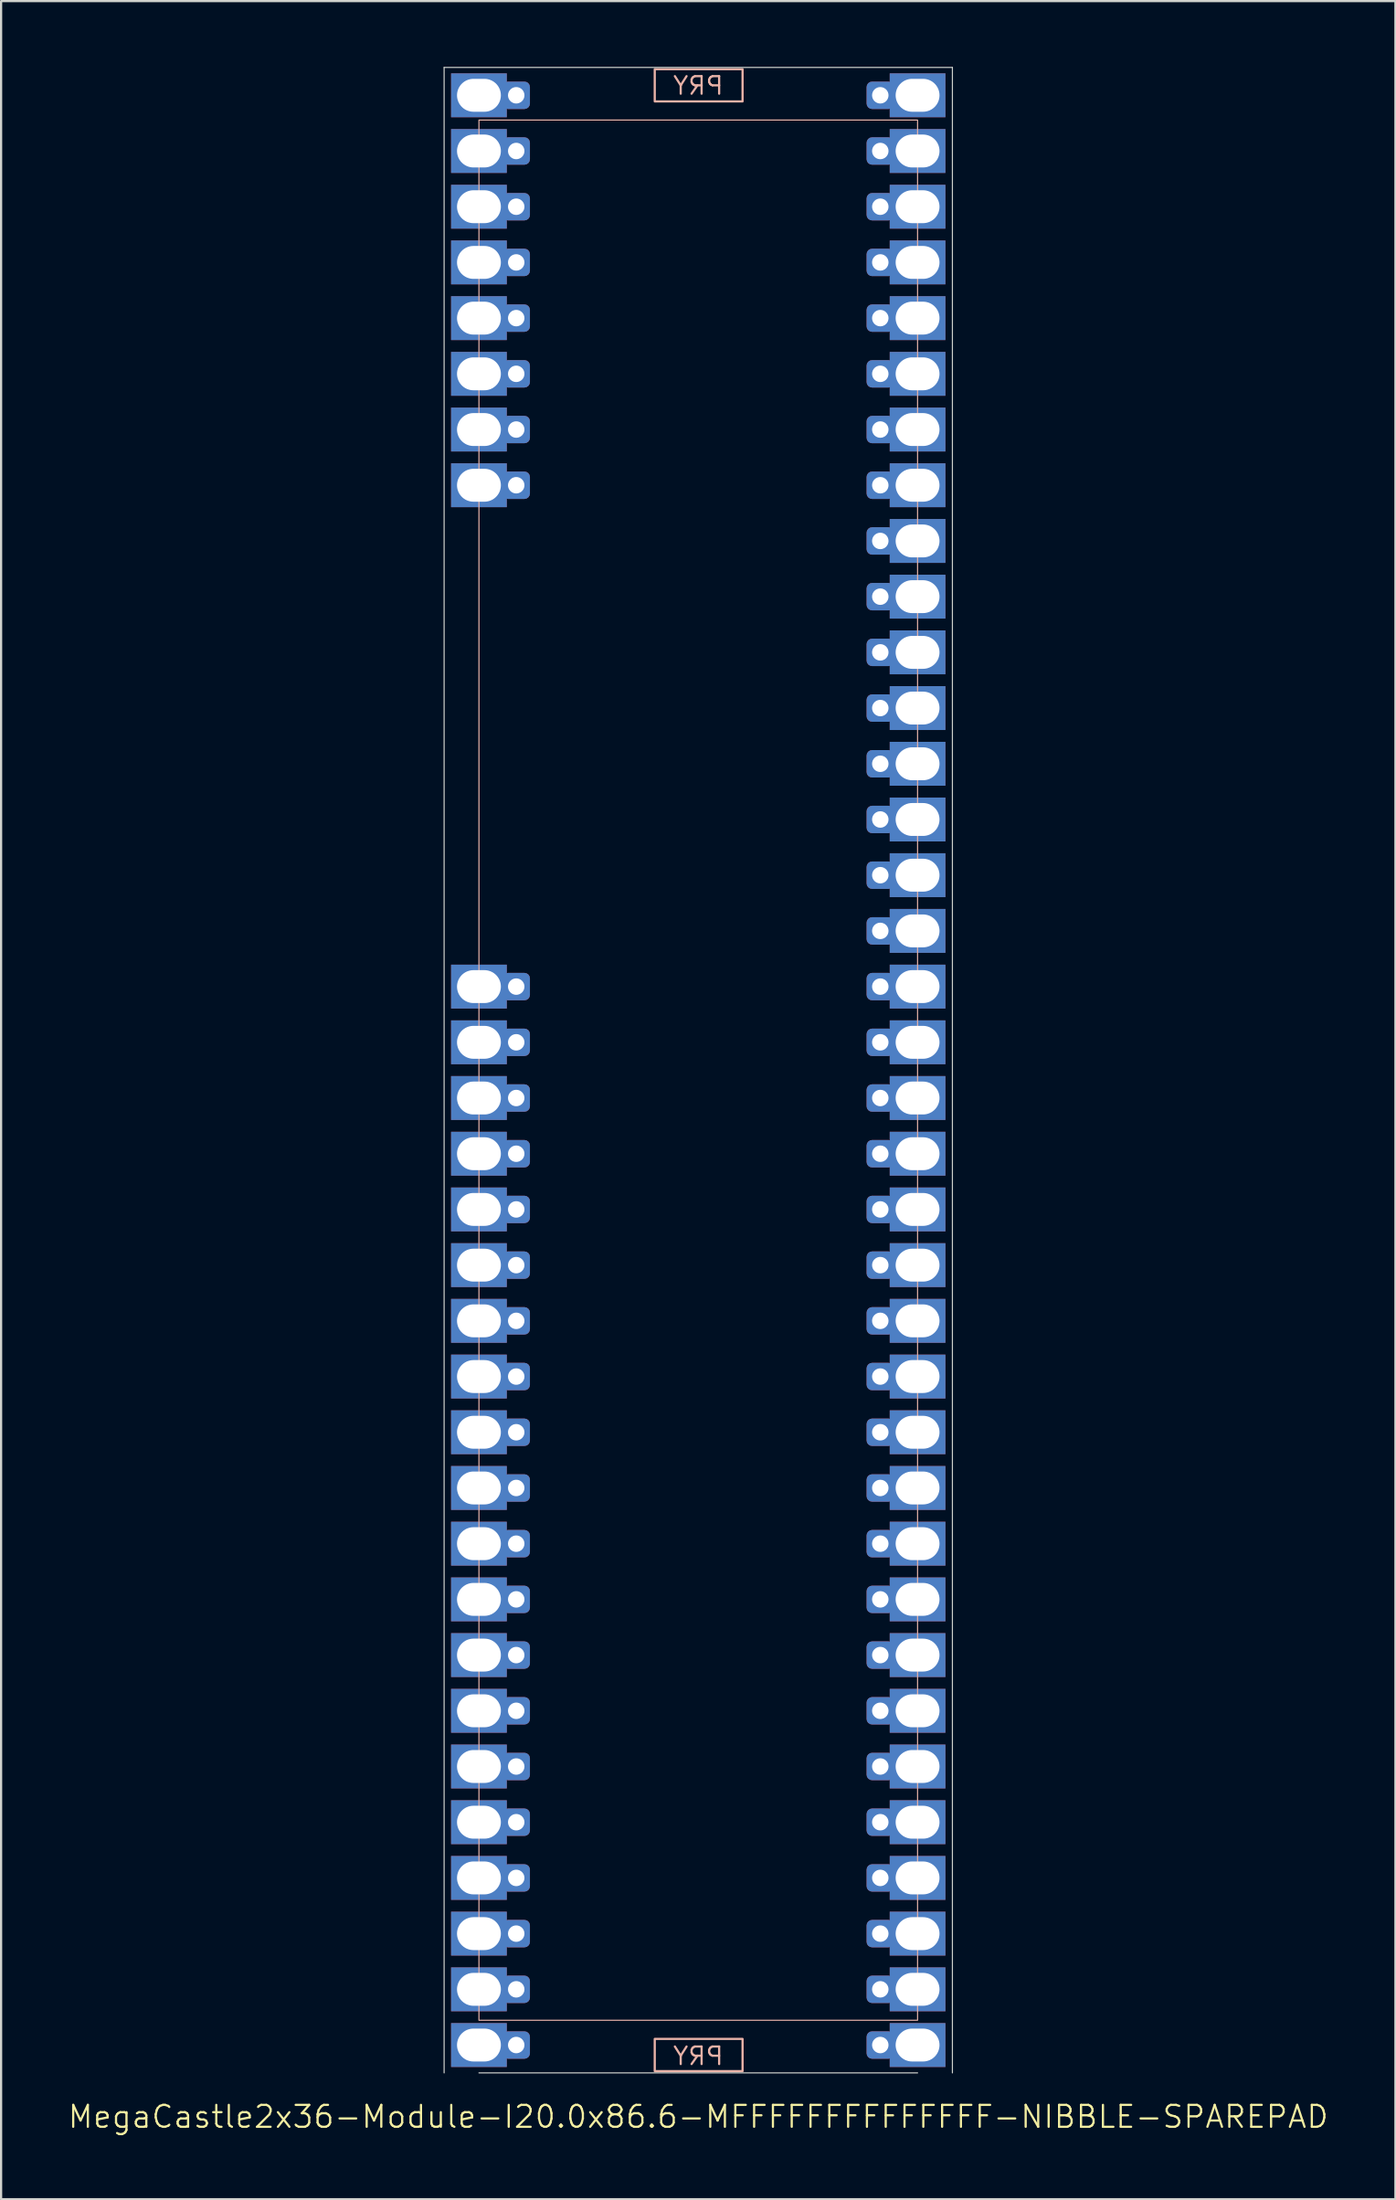
<source format=kicad_pcb>
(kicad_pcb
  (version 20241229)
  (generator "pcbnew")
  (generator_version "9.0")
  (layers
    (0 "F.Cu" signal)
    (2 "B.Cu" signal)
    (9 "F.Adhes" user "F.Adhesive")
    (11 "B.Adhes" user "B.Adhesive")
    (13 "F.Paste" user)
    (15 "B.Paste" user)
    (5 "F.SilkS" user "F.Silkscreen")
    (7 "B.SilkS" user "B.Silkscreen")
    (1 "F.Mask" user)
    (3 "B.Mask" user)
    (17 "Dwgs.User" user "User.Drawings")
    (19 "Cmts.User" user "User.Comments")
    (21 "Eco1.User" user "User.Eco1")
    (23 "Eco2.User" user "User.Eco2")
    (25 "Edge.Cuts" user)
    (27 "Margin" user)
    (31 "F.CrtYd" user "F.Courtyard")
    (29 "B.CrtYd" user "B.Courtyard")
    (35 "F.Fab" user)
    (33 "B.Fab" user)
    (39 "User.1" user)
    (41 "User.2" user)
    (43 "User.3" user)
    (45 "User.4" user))
  (footprint "MegaCastle2x36-Module-I20.0x86.6-MFFFFFFFFFFFFFF-NIBBLE-SPAREPAD"
    (layer "F.Cu")
    (at 28.788 45.745)
    (property "Reference" "MegaCastle2x36-Module-I20.0x86.6-MFFFFFFFFFFFFFF-NIBBLE-SPAREPAD" (at 0 47.72 0) (unlocked yes) (layer "F.SilkS") (effects (font (size 1 1) (thickness 0.1))))
    (attr smd)
    (fp_rect (start -10 43.32) (end 10 -43.32) (stroke (width 0.05) (type default)) (fill no) (layer "B.SilkS"))
    (fp_rect (start -1.984 -44.171) (end 2.02 -45.64) (stroke (width 0.1) (type default)) (fill no) (layer "B.SilkS"))
    (fp_rect (start -1.984 44.171) (end 2.02 45.64) (stroke (width 0.1) (type default)) (fill no) (layer "B.SilkS"))
    (fp_line (start -11.588 -45.72) (end -11.588 45.72) (stroke (width 0.05) (type default)) (layer "Edge.Cuts"))
    (fp_line (start -11.588 -45.72) (end 11.588 -45.72) (stroke (width 0.05) (type default)) (layer "Edge.Cuts"))
    (fp_line (start -10 45.72) (end 10 45.72) (stroke (width 0.05) (type default)) (layer "Edge.Cuts"))
    (fp_line (start 11.588 -45.72) (end 11.588 45.72) (stroke (width 0.05) (type default)) (layer "Edge.Cuts"))
    (fp_text user "PRY" (at 0 45.42 0) (unlocked yes) (layer "B.SilkS") (effects (font (size 0.8 0.8) (thickness 0.1)) (justify bottom mirror)))
    (fp_text user "PRY" (at 0 -44.42 0) (unlocked yes) (layer "B.SilkS") (effects (font (size 0.8 0.8) (thickness 0.1)) (justify bottom mirror)))
    (pad "1" thru_hole rect (at -10 -44.45) (size 2.54 2) (drill oval 2 1.5) (property pad_prop_castellated) (layers "*.Cu" "*.Mask"))
    (pad "1" thru_hole roundrect (at -8.3 -44.45 180) (size 1.25 1.25) (drill 0.75) (layers "*.Cu" "*.Mask") (roundrect_rratio 0.2))
    (pad "2" thru_hole rect (at -10 -41.91) (size 2.54 2) (drill oval 2 1.5) (property pad_prop_castellated) (layers "*.Cu" "*.Mask"))
    (pad "2" thru_hole roundrect (at -8.3 -41.91 180) (size 1.25 1.25) (drill 0.75) (layers "*.Cu" "*.Mask") (roundrect_rratio 0.2))
    (pad "3" thru_hole rect (at -10 -39.37) (size 2.54 2) (drill oval 2 1.5) (property pad_prop_castellated) (layers "*.Cu" "*.Mask"))
    (pad "3" thru_hole roundrect (at -8.3 -39.37 180) (size 1.25 1.25) (drill 0.75) (layers "*.Cu" "*.Mask") (roundrect_rratio 0.2))
    (pad "4" thru_hole rect (at -10 -36.83) (size 2.54 2) (drill oval 2 1.5) (property pad_prop_castellated) (layers "*.Cu" "*.Mask"))
    (pad "4" thru_hole roundrect (at -8.3 -36.83 180) (size 1.25 1.25) (drill 0.75) (layers "*.Cu" "*.Mask") (roundrect_rratio 0.2))
    (pad "5" thru_hole rect (at -10 -34.29) (size 2.54 2) (drill oval 2 1.5) (property pad_prop_castellated) (layers "*.Cu" "*.Mask"))
    (pad "5" thru_hole roundrect (at -8.3 -34.29 180) (size 1.25 1.25) (drill 0.75) (layers "*.Cu" "*.Mask") (roundrect_rratio 0.2))
    (pad "6" thru_hole rect (at -10 -31.75) (size 2.54 2) (drill oval 2 1.5) (property pad_prop_castellated) (layers "*.Cu" "*.Mask"))
    (pad "6" thru_hole roundrect (at -8.3 -31.75 180) (size 1.25 1.25) (drill 0.75) (layers "*.Cu" "*.Mask") (roundrect_rratio 0.2))
    (pad "7" thru_hole rect (at -10 -29.21) (size 2.54 2) (drill oval 2 1.5) (property pad_prop_castellated) (layers "*.Cu" "*.Mask"))
    (pad "7" thru_hole roundrect (at -8.3 -29.21 180) (size 1.25 1.25) (drill 0.75) (layers "*.Cu" "*.Mask") (roundrect_rratio 0.2))
    (pad "8" thru_hole rect (at -10 -26.67) (size 2.54 2) (drill oval 2 1.5) (property pad_prop_castellated) (layers "*.Cu" "*.Mask"))
    (pad "8" thru_hole roundrect (at -8.3 -26.67 180) (size 1.25 1.25) (drill 0.75) (layers "*.Cu" "*.Mask") (roundrect_rratio 0.2))
    (pad "17" thru_hole rect (at -10 -3.81) (size 2.54 2) (drill oval 2 1.5) (property pad_prop_castellated) (layers "*.Cu" "*.Mask"))
    (pad "17" thru_hole roundrect (at -8.3 -3.81 180) (size 1.25 1.25) (drill 0.75) (layers "*.Cu" "*.Mask") (roundrect_rratio 0.2))
    (pad "18" thru_hole rect (at -10 -1.27) (size 2.54 2) (drill oval 2 1.5) (property pad_prop_castellated) (layers "*.Cu" "*.Mask"))
    (pad "18" thru_hole roundrect (at -8.3 -1.27 180) (size 1.25 1.25) (drill 0.75) (layers "*.Cu" "*.Mask") (roundrect_rratio 0.2))
    (pad "19" thru_hole rect (at -10 1.27) (size 2.54 2) (drill oval 2 1.5) (property pad_prop_castellated) (layers "*.Cu" "*.Mask"))
    (pad "19" thru_hole roundrect (at -8.3 1.27 180) (size 1.25 1.25) (drill 0.75) (layers "*.Cu" "*.Mask") (roundrect_rratio 0.2))
    (pad "20" thru_hole rect (at -10 3.81) (size 2.54 2) (drill oval 2 1.5) (property pad_prop_castellated) (layers "*.Cu" "*.Mask"))
    (pad "20" thru_hole roundrect (at -8.3 3.81 180) (size 1.25 1.25) (drill 0.75) (layers "*.Cu" "*.Mask") (roundrect_rratio 0.2))
    (pad "21" thru_hole rect (at -10 6.35) (size 2.54 2) (drill oval 2 1.5) (property pad_prop_castellated) (layers "*.Cu" "*.Mask"))
    (pad "21" thru_hole roundrect (at -8.3 6.35 180) (size 1.25 1.25) (drill 0.75) (layers "*.Cu" "*.Mask") (roundrect_rratio 0.2))
    (pad "22" thru_hole rect (at -10 8.89) (size 2.54 2) (drill oval 2 1.5) (property pad_prop_castellated) (layers "*.Cu" "*.Mask"))
    (pad "22" thru_hole roundrect (at -8.3 8.89 180) (size 1.25 1.25) (drill 0.75) (layers "*.Cu" "*.Mask") (roundrect_rratio 0.2))
    (pad "23" thru_hole rect (at -10 11.43) (size 2.54 2) (drill oval 2 1.5) (property pad_prop_castellated) (layers "*.Cu" "*.Mask"))
    (pad "23" thru_hole roundrect (at -8.3 11.43 180) (size 1.25 1.25) (drill 0.75) (layers "*.Cu" "*.Mask") (roundrect_rratio 0.2))
    (pad "24" thru_hole rect (at -10 13.97) (size 2.54 2) (drill oval 2 1.5) (property pad_prop_castellated) (layers "*.Cu" "*.Mask"))
    (pad "24" thru_hole roundrect (at -8.3 13.97 180) (size 1.25 1.25) (drill 0.75) (layers "*.Cu" "*.Mask") (roundrect_rratio 0.2))
    (pad "25" thru_hole rect (at -10 16.51) (size 2.54 2) (drill oval 2 1.5) (property pad_prop_castellated) (layers "*.Cu" "*.Mask"))
    (pad "25" thru_hole roundrect (at -8.3 16.51 180) (size 1.25 1.25) (drill 0.75) (layers "*.Cu" "*.Mask") (roundrect_rratio 0.2))
    (pad "26" thru_hole rect (at -10 19.05) (size 2.54 2) (drill oval 2 1.5) (property pad_prop_castellated) (layers "*.Cu" "*.Mask"))
    (pad "26" thru_hole roundrect (at -8.3 19.05 180) (size 1.25 1.25) (drill 0.75) (layers "*.Cu" "*.Mask") (roundrect_rratio 0.2))
    (pad "27" thru_hole rect (at -10 21.59) (size 2.54 2) (drill oval 2 1.5) (property pad_prop_castellated) (layers "*.Cu" "*.Mask"))
    (pad "27" thru_hole roundrect (at -8.3 21.59 180) (size 1.25 1.25) (drill 0.75) (layers "*.Cu" "*.Mask") (roundrect_rratio 0.2))
    (pad "28" thru_hole rect (at -10 24.13) (size 2.54 2) (drill oval 2 1.5) (property pad_prop_castellated) (layers "*.Cu" "*.Mask"))
    (pad "28" thru_hole roundrect (at -8.3 24.13 180) (size 1.25 1.25) (drill 0.75) (layers "*.Cu" "*.Mask") (roundrect_rratio 0.2))
    (pad "29" thru_hole rect (at -10 26.67) (size 2.54 2) (drill oval 2 1.5) (property pad_prop_castellated) (layers "*.Cu" "*.Mask"))
    (pad "29" thru_hole roundrect (at -8.3 26.67 180) (size 1.25 1.25) (drill 0.75) (layers "*.Cu" "*.Mask") (roundrect_rratio 0.2))
    (pad "30" thru_hole rect (at -10 29.21) (size 2.54 2) (drill oval 2 1.5) (property pad_prop_castellated) (layers "*.Cu" "*.Mask"))
    (pad "30" thru_hole roundrect (at -8.3 29.21 180) (size 1.25 1.25) (drill 0.75) (layers "*.Cu" "*.Mask") (roundrect_rratio 0.2))
    (pad "31" thru_hole rect (at -10 31.75) (size 2.54 2) (drill oval 2 1.5) (property pad_prop_castellated) (layers "*.Cu" "*.Mask"))
    (pad "31" thru_hole roundrect (at -8.3 31.75 180) (size 1.25 1.25) (drill 0.75) (layers "*.Cu" "*.Mask") (roundrect_rratio 0.2))
    (pad "32" thru_hole rect (at -10 34.29) (size 2.54 2) (drill oval 2 1.5) (property pad_prop_castellated) (layers "*.Cu" "*.Mask"))
    (pad "32" thru_hole roundrect (at -8.3 34.29 180) (size 1.25 1.25) (drill 0.75) (layers "*.Cu" "*.Mask") (roundrect_rratio 0.2))
    (pad "33" thru_hole rect (at -10 36.83) (size 2.54 2) (drill oval 2 1.5) (property pad_prop_castellated) (layers "*.Cu" "*.Mask"))
    (pad "33" thru_hole roundrect (at -8.3 36.83 180) (size 1.25 1.25) (drill 0.75) (layers "*.Cu" "*.Mask") (roundrect_rratio 0.2))
    (pad "34" thru_hole rect (at -10 39.37) (size 2.54 2) (drill oval 2 1.5) (property pad_prop_castellated) (layers "*.Cu" "*.Mask"))
    (pad "34" thru_hole roundrect (at -8.3 39.37 180) (size 1.25 1.25) (drill 0.75) (layers "*.Cu" "*.Mask") (roundrect_rratio 0.2))
    (pad "35" thru_hole rect (at -10 41.91) (size 2.54 2) (drill oval 2 1.5) (property pad_prop_castellated) (layers "*.Cu" "*.Mask"))
    (pad "35" thru_hole roundrect (at -8.3 41.91 180) (size 1.25 1.25) (drill 0.75) (layers "*.Cu" "*.Mask") (roundrect_rratio 0.2))
    (pad "36" thru_hole rect (at -10 44.45) (size 2.54 2) (drill oval 2 1.5) (property pad_prop_castellated) (layers "*.Cu" "*.Mask"))
    (pad "36" thru_hole roundrect (at -8.3 44.45 180) (size 1.25 1.25) (drill 0.75) (layers "*.Cu" "*.Mask") (roundrect_rratio 0.2))
    (pad "37" thru_hole roundrect (at 8.3 -44.45 180) (size 1.25 1.25) (drill 0.75) (layers "*.Cu" "*.Mask") (roundrect_rratio 0.2))
    (pad "37" thru_hole rect (at 10 -44.45) (size 2.54 2) (drill oval 2 1.5) (property pad_prop_castellated) (layers "*.Cu" "*.Mask"))
    (pad "38" thru_hole roundrect (at 8.3 -41.91 180) (size 1.25 1.25) (drill 0.75) (layers "*.Cu" "*.Mask") (roundrect_rratio 0.2))
    (pad "38" thru_hole rect (at 10 -41.91) (size 2.54 2) (drill oval 2 1.5) (property pad_prop_castellated) (layers "*.Cu" "*.Mask"))
    (pad "39" thru_hole roundrect (at 8.3 -39.37 180) (size 1.25 1.25) (drill 0.75) (layers "*.Cu" "*.Mask") (roundrect_rratio 0.2))
    (pad "39" thru_hole rect (at 10 -39.37) (size 2.54 2) (drill oval 2 1.5) (property pad_prop_castellated) (layers "*.Cu" "*.Mask"))
    (pad "40" thru_hole roundrect (at 8.3 -36.83 180) (size 1.25 1.25) (drill 0.75) (layers "*.Cu" "*.Mask") (roundrect_rratio 0.2))
    (pad "40" thru_hole rect (at 10 -36.83) (size 2.54 2) (drill oval 2 1.5) (property pad_prop_castellated) (layers "*.Cu" "*.Mask"))
    (pad "41" thru_hole roundrect (at 8.3 -34.29 180) (size 1.25 1.25) (drill 0.75) (layers "*.Cu" "*.Mask") (roundrect_rratio 0.2))
    (pad "41" thru_hole rect (at 10 -34.29) (size 2.54 2) (drill oval 2 1.5) (property pad_prop_castellated) (layers "*.Cu" "*.Mask"))
    (pad "42" thru_hole roundrect (at 8.3 -31.75 180) (size 1.25 1.25) (drill 0.75) (layers "*.Cu" "*.Mask") (roundrect_rratio 0.2))
    (pad "42" thru_hole rect (at 10 -31.75) (size 2.54 2) (drill oval 2 1.5) (property pad_prop_castellated) (layers "*.Cu" "*.Mask"))
    (pad "43" thru_hole roundrect (at 8.3 -29.21 180) (size 1.25 1.25) (drill 0.75) (layers "*.Cu" "*.Mask") (roundrect_rratio 0.2))
    (pad "43" thru_hole rect (at 10 -29.21) (size 2.54 2) (drill oval 2 1.5) (property pad_prop_castellated) (layers "*.Cu" "*.Mask"))
    (pad "44" thru_hole roundrect (at 8.3 -26.67 180) (size 1.25 1.25) (drill 0.75) (layers "*.Cu" "*.Mask") (roundrect_rratio 0.2))
    (pad "44" thru_hole rect (at 10 -26.67) (size 2.54 2) (drill oval 2 1.5) (property pad_prop_castellated) (layers "*.Cu" "*.Mask"))
    (pad "45" thru_hole roundrect (at 8.3 -24.13 180) (size 1.25 1.25) (drill 0.75) (layers "*.Cu" "*.Mask") (roundrect_rratio 0.2))
    (pad "45" thru_hole rect (at 10 -24.13) (size 2.54 2) (drill oval 2 1.5) (property pad_prop_castellated) (layers "*.Cu" "*.Mask"))
    (pad "46" thru_hole roundrect (at 8.3 -21.59 180) (size 1.25 1.25) (drill 0.75) (layers "*.Cu" "*.Mask") (roundrect_rratio 0.2))
    (pad "46" thru_hole rect (at 10 -21.59) (size 2.54 2) (drill oval 2 1.5) (property pad_prop_castellated) (layers "*.Cu" "*.Mask"))
    (pad "47" thru_hole roundrect (at 8.3 -19.05 180) (size 1.25 1.25) (drill 0.75) (layers "*.Cu" "*.Mask") (roundrect_rratio 0.2))
    (pad "47" thru_hole rect (at 10 -19.05) (size 2.54 2) (drill oval 2 1.5) (property pad_prop_castellated) (layers "*.Cu" "*.Mask"))
    (pad "48" thru_hole roundrect (at 8.3 -16.51 180) (size 1.25 1.25) (drill 0.75) (layers "*.Cu" "*.Mask") (roundrect_rratio 0.2))
    (pad "48" thru_hole rect (at 10 -16.51) (size 2.54 2) (drill oval 2 1.5) (property pad_prop_castellated) (layers "*.Cu" "*.Mask"))
    (pad "49" thru_hole roundrect (at 8.3 -13.97 180) (size 1.25 1.25) (drill 0.75) (layers "*.Cu" "*.Mask") (roundrect_rratio 0.2))
    (pad "49" thru_hole rect (at 10 -13.97) (size 2.54 2) (drill oval 2 1.5) (property pad_prop_castellated) (layers "*.Cu" "*.Mask"))
    (pad "50" thru_hole roundrect (at 8.3 -11.43 180) (size 1.25 1.25) (drill 0.75) (layers "*.Cu" "*.Mask") (roundrect_rratio 0.2))
    (pad "50" thru_hole rect (at 10 -11.43) (size 2.54 2) (drill oval 2 1.5) (property pad_prop_castellated) (layers "*.Cu" "*.Mask"))
    (pad "51" thru_hole roundrect (at 8.3 -8.89 180) (size 1.25 1.25) (drill 0.75) (layers "*.Cu" "*.Mask") (roundrect_rratio 0.2))
    (pad "51" thru_hole rect (at 10 -8.89) (size 2.54 2) (drill oval 2 1.5) (property pad_prop_castellated) (layers "*.Cu" "*.Mask"))
    (pad "52" thru_hole roundrect (at 8.3 -6.35 180) (size 1.25 1.25) (drill 0.75) (layers "*.Cu" "*.Mask") (roundrect_rratio 0.2))
    (pad "52" thru_hole rect (at 10 -6.35) (size 2.54 2) (drill oval 2 1.5) (property pad_prop_castellated) (layers "*.Cu" "*.Mask"))
    (pad "53" thru_hole roundrect (at 8.3 -3.81 180) (size 1.25 1.25) (drill 0.75) (layers "*.Cu" "*.Mask") (roundrect_rratio 0.2))
    (pad "53" thru_hole rect (at 10 -3.81) (size 2.54 2) (drill oval 2 1.5) (property pad_prop_castellated) (layers "*.Cu" "*.Mask"))
    (pad "54" thru_hole roundrect (at 8.3 -1.27 180) (size 1.25 1.25) (drill 0.75) (layers "*.Cu" "*.Mask") (roundrect_rratio 0.2))
    (pad "54" thru_hole rect (at 10 -1.27) (size 2.54 2) (drill oval 2 1.5) (property pad_prop_castellated) (layers "*.Cu" "*.Mask"))
    (pad "55" thru_hole roundrect (at 8.3 1.27 180) (size 1.25 1.25) (drill 0.75) (layers "*.Cu" "*.Mask") (roundrect_rratio 0.2))
    (pad "55" thru_hole rect (at 10 1.27) (size 2.54 2) (drill oval 2 1.5) (property pad_prop_castellated) (layers "*.Cu" "*.Mask"))
    (pad "56" thru_hole roundrect (at 8.3 3.81 180) (size 1.25 1.25) (drill 0.75) (layers "*.Cu" "*.Mask") (roundrect_rratio 0.2))
    (pad "56" thru_hole rect (at 10 3.81) (size 2.54 2) (drill oval 2 1.5) (property pad_prop_castellated) (layers "*.Cu" "*.Mask"))
    (pad "57" thru_hole roundrect (at 8.3 6.35 180) (size 1.25 1.25) (drill 0.75) (layers "*.Cu" "*.Mask") (roundrect_rratio 0.2))
    (pad "57" thru_hole rect (at 10 6.35) (size 2.54 2) (drill oval 2 1.5) (property pad_prop_castellated) (layers "*.Cu" "*.Mask"))
    (pad "58" thru_hole roundrect (at 8.3 8.89 180) (size 1.25 1.25) (drill 0.75) (layers "*.Cu" "*.Mask") (roundrect_rratio 0.2))
    (pad "58" thru_hole rect (at 10 8.89) (size 2.54 2) (drill oval 2 1.5) (property pad_prop_castellated) (layers "*.Cu" "*.Mask"))
    (pad "59" thru_hole roundrect (at 8.3 11.43 180) (size 1.25 1.25) (drill 0.75) (layers "*.Cu" "*.Mask") (roundrect_rratio 0.2))
    (pad "59" thru_hole rect (at 10 11.43) (size 2.54 2) (drill oval 2 1.5) (property pad_prop_castellated) (layers "*.Cu" "*.Mask"))
    (pad "60" thru_hole roundrect (at 8.3 13.97 180) (size 1.25 1.25) (drill 0.75) (layers "*.Cu" "*.Mask") (roundrect_rratio 0.2))
    (pad "60" thru_hole rect (at 10 13.97) (size 2.54 2) (drill oval 2 1.5) (property pad_prop_castellated) (layers "*.Cu" "*.Mask"))
    (pad "61" thru_hole roundrect (at 8.3 16.51 180) (size 1.25 1.25) (drill 0.75) (layers "*.Cu" "*.Mask") (roundrect_rratio 0.2))
    (pad "61" thru_hole rect (at 10 16.51) (size 2.54 2) (drill oval 2 1.5) (property pad_prop_castellated) (layers "*.Cu" "*.Mask"))
    (pad "62" thru_hole roundrect (at 8.3 19.05 180) (size 1.25 1.25) (drill 0.75) (layers "*.Cu" "*.Mask") (roundrect_rratio 0.2))
    (pad "62" thru_hole rect (at 10 19.05) (size 2.54 2) (drill oval 2 1.5) (property pad_prop_castellated) (layers "*.Cu" "*.Mask"))
    (pad "63" thru_hole roundrect (at 8.3 21.59 180) (size 1.25 1.25) (drill 0.75) (layers "*.Cu" "*.Mask") (roundrect_rratio 0.2))
    (pad "63" thru_hole rect (at 10 21.59) (size 2.54 2) (drill oval 2 1.5) (property pad_prop_castellated) (layers "*.Cu" "*.Mask"))
    (pad "64" thru_hole roundrect (at 8.3 24.13 180) (size 1.25 1.25) (drill 0.75) (layers "*.Cu" "*.Mask") (roundrect_rratio 0.2))
    (pad "64" thru_hole rect (at 10 24.13) (size 2.54 2) (drill oval 2 1.5) (property pad_prop_castellated) (layers "*.Cu" "*.Mask"))
    (pad "65" thru_hole roundrect (at 8.3 26.67 180) (size 1.25 1.25) (drill 0.75) (layers "*.Cu" "*.Mask") (roundrect_rratio 0.2))
    (pad "65" thru_hole rect (at 10 26.67) (size 2.54 2) (drill oval 2 1.5) (property pad_prop_castellated) (layers "*.Cu" "*.Mask"))
    (pad "66" thru_hole roundrect (at 8.3 29.21 180) (size 1.25 1.25) (drill 0.75) (layers "*.Cu" "*.Mask") (roundrect_rratio 0.2))
    (pad "66" thru_hole rect (at 10 29.21) (size 2.54 2) (drill oval 2 1.5) (property pad_prop_castellated) (layers "*.Cu" "*.Mask"))
    (pad "67" thru_hole roundrect (at 8.3 31.75 180) (size 1.25 1.25) (drill 0.75) (layers "*.Cu" "*.Mask") (roundrect_rratio 0.2))
    (pad "67" thru_hole rect (at 10 31.75) (size 2.54 2) (drill oval 2 1.5) (property pad_prop_castellated) (layers "*.Cu" "*.Mask"))
    (pad "68" thru_hole roundrect (at 8.3 34.29 180) (size 1.25 1.25) (drill 0.75) (layers "*.Cu" "*.Mask") (roundrect_rratio 0.2))
    (pad "68" thru_hole rect (at 10 34.29) (size 2.54 2) (drill oval 2 1.5) (property pad_prop_castellated) (layers "*.Cu" "*.Mask"))
    (pad "69" thru_hole roundrect (at 8.3 36.83 180) (size 1.25 1.25) (drill 0.75) (layers "*.Cu" "*.Mask") (roundrect_rratio 0.2))
    (pad "69" thru_hole rect (at 10 36.83) (size 2.54 2) (drill oval 2 1.5) (property pad_prop_castellated) (layers "*.Cu" "*.Mask"))
    (pad "70" thru_hole roundrect (at 8.3 39.37 180) (size 1.25 1.25) (drill 0.75) (layers "*.Cu" "*.Mask") (roundrect_rratio 0.2))
    (pad "70" thru_hole rect (at 10 39.37) (size 2.54 2) (drill oval 2 1.5) (property pad_prop_castellated) (layers "*.Cu" "*.Mask"))
    (pad "71" thru_hole roundrect (at 8.3 41.91 180) (size 1.25 1.25) (drill 0.75) (layers "*.Cu" "*.Mask") (roundrect_rratio 0.2))
    (pad "71" thru_hole rect (at 10 41.91) (size 2.54 2) (drill oval 2 1.5) (property pad_prop_castellated) (layers "*.Cu" "*.Mask"))
    (pad "72" thru_hole roundrect (at 8.3 44.45 180) (size 1.25 1.25) (drill 0.75) (layers "*.Cu" "*.Mask") (roundrect_rratio 0.2))
    (pad "72" thru_hole rect (at 10 44.45) (size 2.54 2) (drill oval 2 1.5) (property pad_prop_castellated) (layers "*.Cu" "*.Mask"))
    (zone (net_name "") (layer "B.Cu") (hatch edge 0.5) (connect_pads) (min_thickness 0.25) (filled_areas_thickness no) (keepout (tracks allowed) (vias allowed) (pads allowed) (copperpour allowed) (footprints not_allowed)) (placement (enabled no)) (fill) (polygon (pts (xy 18.788 91.465) (xy 18.788 0.025))))
    (zone (net_name "") (layer "B.Cu") (hatch edge 0.5) (connect_pads) (min_thickness 0.25) (filled_areas_thickness no) (keepout (tracks allowed) (vias allowed) (pads allowed) (copperpour allowed) (footprints not_allowed)) (placement (enabled no)) (fill) (polygon (pts (xy 38.788 91.465) (xy 38.788 0.025))))
    (zone (net_name "") (layer "B.Cu") (hatch edge 0.5) (connect_pads) (min_thickness 0.25) (filled_areas_thickness no) (keepout (tracks allowed) (vias allowed) (pads allowed) (copperpour allowed) (footprints not_allowed)) (placement (enabled no)) (fill) (polygon (pts (xy 18.788 0.025) (xy 18.788 2.425) (xy 38.788 2.425) (xy 38.788 0.025))))
    (zone (net_name "") (layer "B.Cu") (hatch edge 0.5) (connect_pads) (min_thickness 0.25) (filled_areas_thickness no) (keepout (tracks allowed) (vias allowed) (pads allowed) (copperpour allowed) (footprints not_allowed)) (placement (enabled no)) (fill) (polygon (pts (xy 18.788 91.465) (xy 18.788 89.065) (xy 38.788 89.065) (xy 38.788 91.465))))
    (zone (net_name "") (layer "B.Cu") (name "Upper Pry Zone") (hatch edge 0.5) (connect_pads) (min_thickness 0.25) (filled_areas_thickness no) (keepout (tracks not_allowed) (vias not_allowed) (pads not_allowed) (copperpour allowed) (footprints not_allowed)) (placement (enabled no)) (fill) (polygon (pts (xy 26.804 1.574) (xy 26.804 0.105) (xy 30.808 0.105) (xy 30.808 1.574))))
    (zone (net_name "") (layer "B.Cu") (name "Upper Pry Zone") (hatch edge 0.5) (connect_pads) (min_thickness 0.25) (filled_areas_thickness no) (keepout (tracks not_allowed) (vias not_allowed) (pads not_allowed) (copperpour allowed) (footprints not_allowed)) (placement (enabled no)) (fill) (polygon (pts (xy 26.804 89.916) (xy 26.804 91.385) (xy 30.808 91.385) (xy 30.808 89.916)))))
  (gr_rect
    (start -3 -3)
    (end 60.576 97.226)
    (stroke (width 0.1) (type default))
    (fill no)
    (layer "Edge.Cuts")))
</source>
